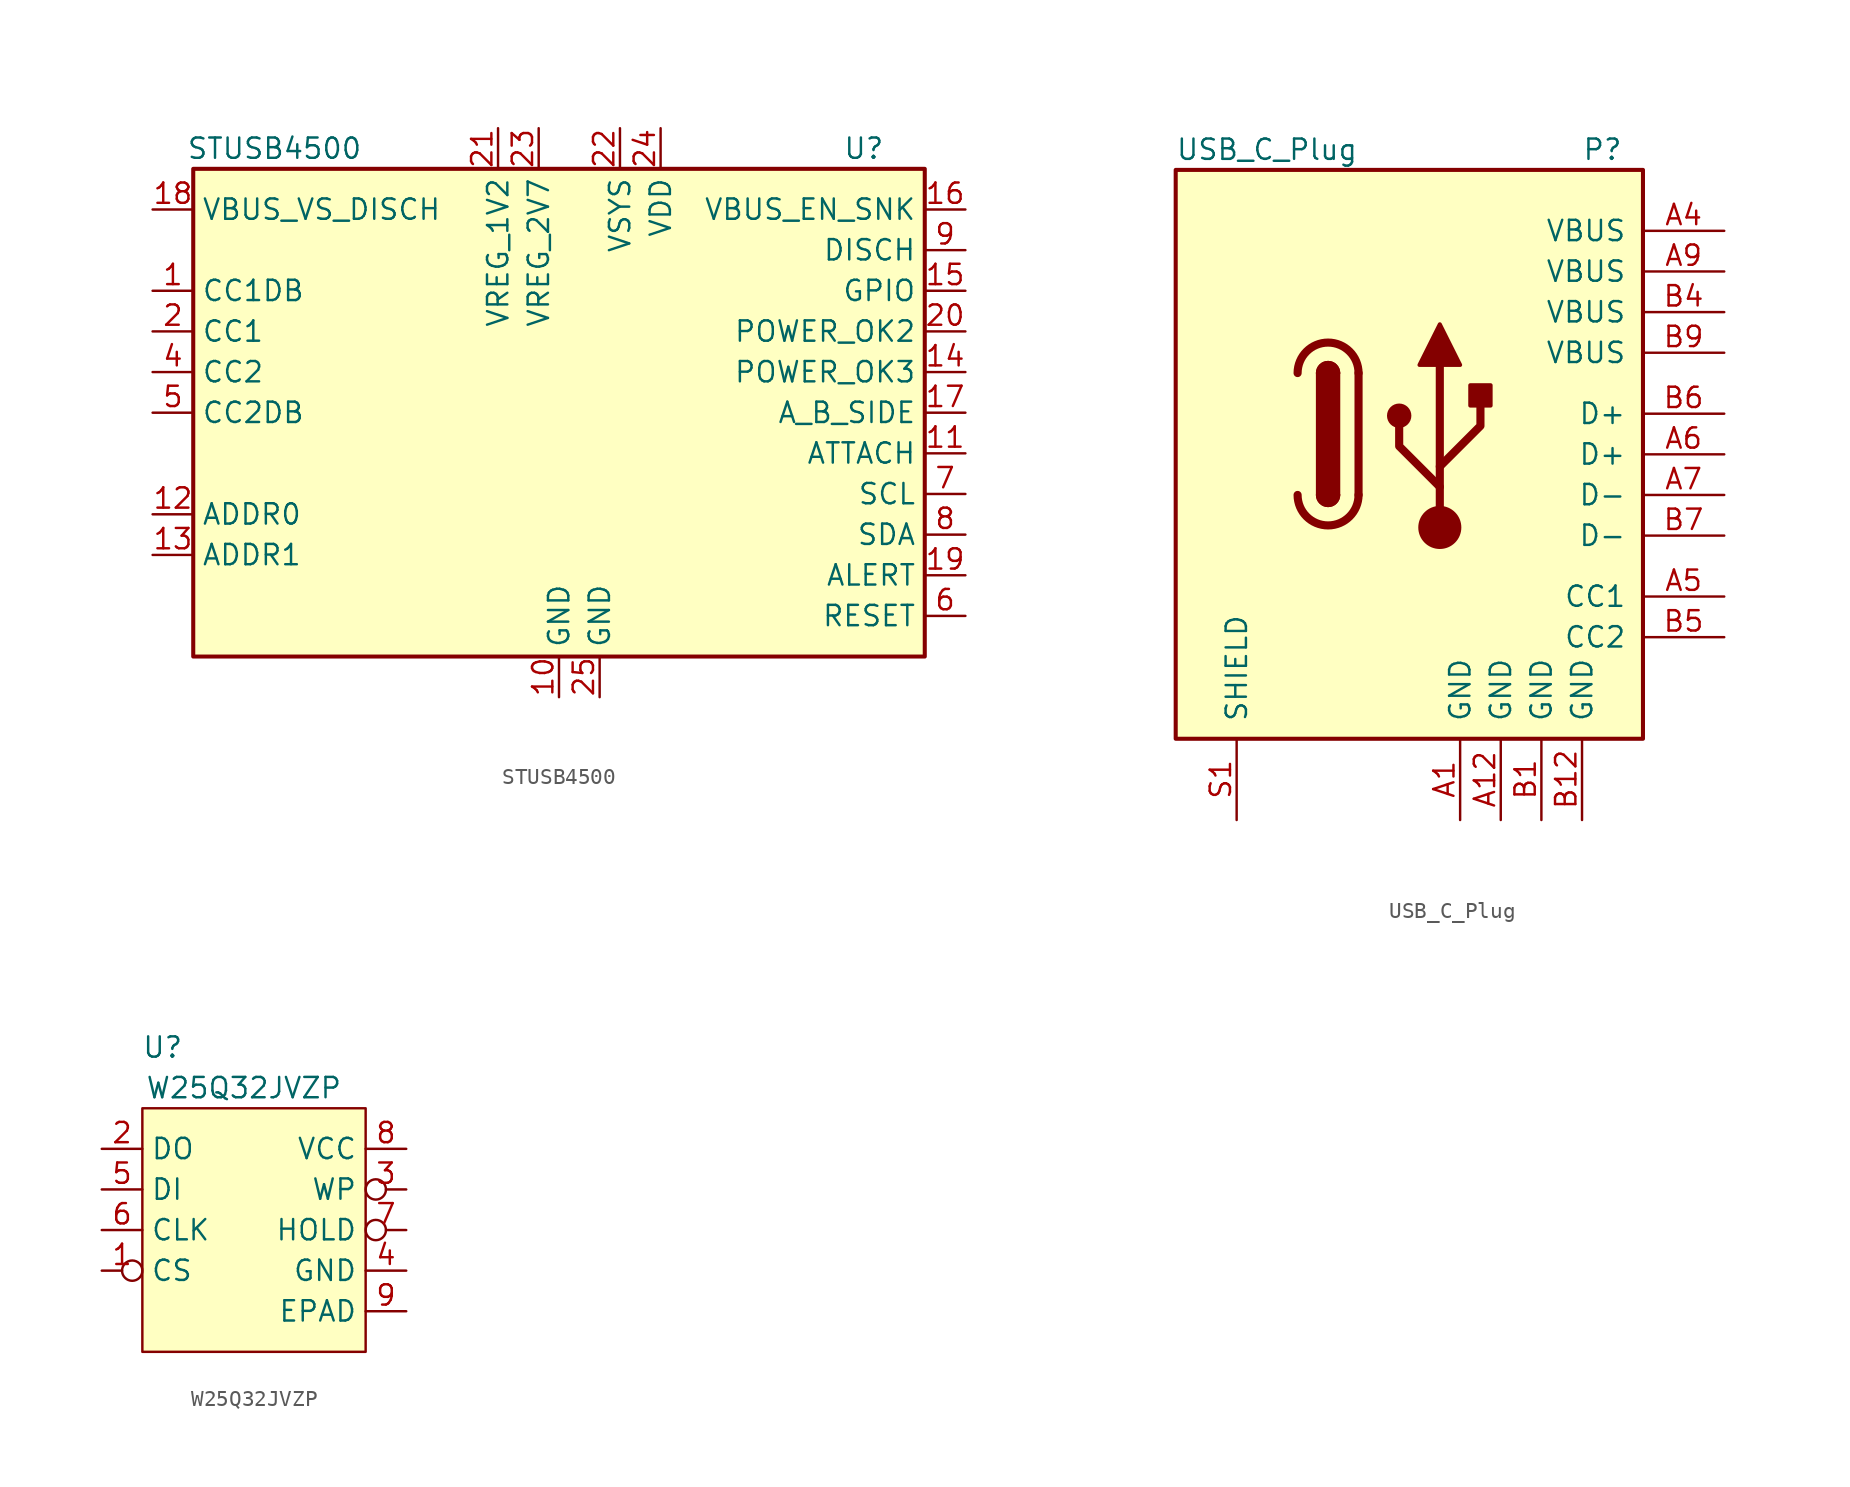
<source format=kicad_sym>
(kicad_symbol_lib
  (version 20211014)
  (generator kicad_symbol_editor)
  (symbol "STUSB4500"
    (property "Reference" "U"
      (at 44.45 3.81 0)
      (effects (font (size 1.27 1.27))))
    (property "Value" "STUSB4500"
      (at 7.62 3.81 0)
      (effects (font (size 1.27 1.27))))
    (symbol "STUSB4500_0_1"
      (rectangle (start 2.54 2.54) (end 48.26 -27.94) (stroke (width 0.254) (type default) (color 0 0 0 0)) (fill (type background))))
    (symbol "STUSB4500_1_1"
      (pin bidirectional line (at 0 -5.08 0) (length 2.54) (name "CC1DB" (effects (font (size 1.27 1.27)))) (number "1" (effects (font (size 1.27 1.27)))))
      (pin power_in line (at 25.4 -30.48 90) (length 2.54) (name "GND" (effects (font (size 1.27 1.27)))) (number "10" (effects (font (size 1.27 1.27)))))
      (pin open_collector line (at 50.8 -15.24 180) (length 2.54) (name "ATTACH" (effects (font (size 1.27 1.27)))) (number "11" (effects (font (size 1.27 1.27)))))
      (pin input line (at 0 -19.05 0) (length 2.54) (name "ADDR0" (effects (font (size 1.27 1.27)))) (number "12" (effects (font (size 1.27 1.27)))))
      (pin input line (at 0 -21.59 0) (length 2.54) (name "ADDR1" (effects (font (size 1.27 1.27)))) (number "13" (effects (font (size 1.27 1.27)))))
      (pin open_collector line (at 50.8 -10.16 180) (length 2.54) (name "POWER_OK3" (effects (font (size 1.27 1.27)))) (number "14" (effects (font (size 1.27 1.27)))))
      (pin open_collector line (at 50.8 -5.08 180) (length 2.54) (name "GPIO" (effects (font (size 1.27 1.27)))) (number "15" (effects (font (size 1.27 1.27)))))
      (pin open_collector line (at 50.8 0 180) (length 2.54) (name "VBUS_EN_SNK" (effects (font (size 1.27 1.27)))) (number "16" (effects (font (size 1.27 1.27)))))
      (pin open_collector line (at 50.8 -12.7 180) (length 2.54) (name "A_B_SIDE" (effects (font (size 1.27 1.27)))) (number "17" (effects (font (size 1.27 1.27)))))
      (pin input line (at 0 0 0) (length 2.54) (name "VBUS_VS_DISCH" (effects (font (size 1.27 1.27)))) (number "18" (effects (font (size 1.27 1.27)))))
      (pin open_collector line (at 50.8 -22.86 180) (length 2.54) (name "ALERT" (effects (font (size 1.27 1.27)))) (number "19" (effects (font (size 1.27 1.27)))))
      (pin bidirectional line (at 0 -7.62 0) (length 2.54) (name "CC1" (effects (font (size 1.27 1.27)))) (number "2" (effects (font (size 1.27 1.27)))))
      (pin open_collector line (at 50.8 -7.62 180) (length 2.54) (name "POWER_OK2" (effects (font (size 1.27 1.27)))) (number "20" (effects (font (size 1.27 1.27)))))
      (pin power_out line (at 21.59 5.08 270) (length 2.54) (name "VREG_1V2" (effects (font (size 1.27 1.27)))) (number "21" (effects (font (size 1.27 1.27)))))
      (pin power_in line (at 29.21 5.08 270) (length 2.54) (name "VSYS" (effects (font (size 1.27 1.27)))) (number "22" (effects (font (size 1.27 1.27)))))
      (pin power_out line (at 24.13 5.08 270) (length 2.54) (name "VREG_2V7" (effects (font (size 1.27 1.27)))) (number "23" (effects (font (size 1.27 1.27)))))
      (pin power_in line (at 31.75 5.08 270) (length 2.54) (name "VDD" (effects (font (size 1.27 1.27)))) (number "24" (effects (font (size 1.27 1.27)))))
      (pin power_in line (at 27.94 -30.48 90) (length 2.54) (name "GND" (effects (font (size 1.27 1.27)))) (number "25" (effects (font (size 1.27 1.27)))))
      (pin no_connect line (at 21.59 -27.94 90) (length 2.54) hide (name "NC" (effects (font (size 1.27 1.27)))) (number "3" (effects (font (size 1.27 1.27)))))
      (pin bidirectional line (at 0 -10.16 0) (length 2.54) (name "CC2" (effects (font (size 1.27 1.27)))) (number "4" (effects (font (size 1.27 1.27)))))
      (pin bidirectional line (at 0 -12.7 0) (length 2.54) (name "CC2DB" (effects (font (size 1.27 1.27)))) (number "5" (effects (font (size 1.27 1.27)))))
      (pin input line (at 50.8 -25.4 180) (length 2.54) (name "RESET" (effects (font (size 1.27 1.27)))) (number "6" (effects (font (size 1.27 1.27)))))
      (pin input line (at 50.8 -17.78 180) (length 2.54) (name "SCL" (effects (font (size 1.27 1.27)))) (number "7" (effects (font (size 1.27 1.27)))))
      (pin bidirectional line (at 50.8 -20.32 180) (length 2.54) (name "SDA" (effects (font (size 1.27 1.27)))) (number "8" (effects (font (size 1.27 1.27)))))
      (pin bidirectional line (at 50.8 -2.54 180) (length 2.54) (name "DISCH" (effects (font (size 1.27 1.27)))) (number "9" (effects (font (size 1.27 1.27)))))))
  (symbol "USB_C_Plug"
    (pin_names
      (offset 1.016))
    (property "Reference" "P"
      (at -8.89 5.08 0)
      (effects (font (size 1.27 1.27)) (justify left)))
    (property "Value" "USB_C_Plug"
      (at -22.86 5.08 0)
      (effects (font (size 1.27 1.27)) (justify right)))
    (symbol "USB_C_Plug_0_1"
      (rectangle (start -34.29 3.81) (end -5.08 -31.75) (stroke (width 0.254) (type default) (color 0 0 0 0)) (fill (type background)))
      (arc (start -26.67 -16.51) (mid -24.765 -18.415) (end -22.86 -16.51) (stroke (width 0.508) (type default) (color 0 0 0 0)) (fill (type none)))
      (arc (start -25.4 -16.51) (mid -24.765 -17.145) (end -24.13 -16.51) (stroke (width 0.254) (type default) (color 0 0 0 0)) (fill (type none)))
      (arc (start -25.4 -16.51) (mid -24.765 -17.145) (end -24.13 -16.51) (stroke (width 0.254) (type default) (color 0 0 0 0)) (fill (type outline)))
      (rectangle (start -25.4 -16.51) (end -24.13 -8.89) (stroke (width 0.254) (type default) (color 0 0 0 0)) (fill (type outline)))
      (arc (start -24.13 -8.89) (mid -24.765 -8.255) (end -25.4 -8.89) (stroke (width 0.254) (type default) (color 0 0 0 0)) (fill (type none)))
      (arc (start -24.13 -8.89) (mid -24.765 -8.255) (end -25.4 -8.89) (stroke (width 0.254) (type default) (color 0 0 0 0)) (fill (type outline)))
      (arc (start -22.86 -8.89) (mid -24.765 -6.985) (end -26.67 -8.89) (stroke (width 0.508) (type default) (color 0 0 0 0)) (fill (type none)))
      (polyline (pts (xy -22.86 -8.89) (xy -22.86 -16.51)) (stroke (width 0.508) (type default) (color 0 0 0 0)) (fill (type none))))
    (symbol "USB_C_Plug_1_1"
      (circle (center -20.32 -11.557) (radius 0.635) (stroke (width 0.254) (type default) (color 0 0 0 0)) (fill (type outline)))
      (circle (center -17.78 -18.542) (radius 1.27) (stroke (width 0) (type default) (color 0 0 0 0)) (fill (type outline)))
      (rectangle (start -15.875 -10.922) (end -14.605 -9.652) (stroke (width 0.254) (type default) (color 0 0 0 0)) (fill (type outline)))
      (polyline (pts (xy -17.78 -18.542) (xy -17.78 -8.382)) (stroke (width 0.508) (type default) (color 0 0 0 0)) (fill (type none)))
      (polyline (pts (xy -17.78 -16.002) (xy -20.32 -13.462) (xy -20.32 -12.192)) (stroke (width 0.508) (type default) (color 0 0 0 0)) (fill (type none)))
      (polyline (pts (xy -17.78 -14.732) (xy -15.24 -12.192) (xy -15.24 -10.922)) (stroke (width 0.508) (type default) (color 0 0 0 0)) (fill (type none)))
      (polyline (pts (xy -19.05 -8.382) (xy -17.78 -5.842) (xy -16.51 -8.382) (xy -19.05 -8.382)) (stroke (width 0.254) (type default) (color 0 0 0 0)) (fill (type outline)))
      (pin power_out line (at -16.51 -36.83 90) (length 5.08) (name "GND" (effects (font (size 1.27 1.27)))) (number "A1" (effects (font (size 1.27 1.27)))))
      (pin power_out line (at -13.97 -36.83 90) (length 5.08) (name "GND" (effects (font (size 1.27 1.27)))) (number "A12" (effects (font (size 1.27 1.27)))))
      (pin power_out line (at 0 0 180) (length 5.08) (name "VBUS" (effects (font (size 1.27 1.27)))) (number "A4" (effects (font (size 1.27 1.27)))))
      (pin bidirectional line (at 0 -22.86 180) (length 5.08) (name "CC1" (effects (font (size 1.27 1.27)))) (number "A5" (effects (font (size 1.27 1.27)))))
      (pin bidirectional line (at 0 -13.97 180) (length 5.08) (name "D+" (effects (font (size 1.27 1.27)))) (number "A6" (effects (font (size 1.27 1.27)))))
      (pin bidirectional line (at 0 -16.51 180) (length 5.08) (name "D-" (effects (font (size 1.27 1.27)))) (number "A7" (effects (font (size 1.27 1.27)))))
      (pin no_connect line (at -33.02 -1.27 0) (length 5.08) hide (name "SBU1" (effects (font (size 1.27 1.27)))) (number "A8" (effects (font (size 1.27 1.27)))))
      (pin power_out line (at 0 -2.54 180) (length 5.08) (name "VBUS" (effects (font (size 1.27 1.27)))) (number "A9" (effects (font (size 1.27 1.27)))))
      (pin power_out line (at -11.43 -36.83 90) (length 5.08) (name "GND" (effects (font (size 1.27 1.27)))) (number "B1" (effects (font (size 1.27 1.27)))))
      (pin power_out line (at -8.89 -36.83 90) (length 5.08) (name "GND" (effects (font (size 1.27 1.27)))) (number "B12" (effects (font (size 1.27 1.27)))))
      (pin power_out line (at 0 -5.08 180) (length 5.08) (name "VBUS" (effects (font (size 1.27 1.27)))) (number "B4" (effects (font (size 1.27 1.27)))))
      (pin bidirectional line (at 0 -25.4 180) (length 5.08) (name "CC2" (effects (font (size 1.27 1.27)))) (number "B5" (effects (font (size 1.27 1.27)))))
      (pin bidirectional line (at 0 -11.43 180) (length 5.08) (name "D+" (effects (font (size 1.27 1.27)))) (number "B6" (effects (font (size 1.27 1.27)))))
      (pin bidirectional line (at 0 -19.05 180) (length 5.08) (name "D-" (effects (font (size 1.27 1.27)))) (number "B7" (effects (font (size 1.27 1.27)))))
      (pin no_connect line (at -33.02 1.27 0) (length 5.08) hide (name "SBU2" (effects (font (size 1.27 1.27)))) (number "B8" (effects (font (size 1.27 1.27)))))
      (pin power_out line (at 0 -7.62 180) (length 5.08) (name "VBUS" (effects (font (size 1.27 1.27)))) (number "B9" (effects (font (size 1.27 1.27)))))
      (pin passive line (at -30.48 -36.83 90) (length 5.08) (name "SHIELD" (effects (font (size 1.27 1.27)))) (number "S1" (effects (font (size 1.27 1.27)))))))
  (symbol "W25Q32JVZP"
    (property "Reference" "U"
      (at 3.81 6.35 0)
      (effects (font (size 1.27 1.27))))
    (property "Value" "W25Q32JVZP"
      (at 8.89 3.81 0)
      (effects (font (size 1.27 1.27))))
    (symbol "W25Q32JVZP_0_0"
      (pin input inverted (at 0 -7.62 0) (length 2.54) (name "CS" (effects (font (size 1.27 1.27)))) (number "1" (effects (font (size 1.27 1.27)))))
      (pin output line (at 0 0 0) (length 2.54) (name "DO" (effects (font (size 1.27 1.27)))) (number "2" (effects (font (size 1.27 1.27)))))
      (pin input inverted (at 19.05 -2.54 180) (length 2.54) (name "WP" (effects (font (size 1.27 1.27)))) (number "3" (effects (font (size 1.27 1.27)))))
      (pin power_in line (at 19.05 -7.62 180) (length 2.54) (name "GND" (effects (font (size 1.27 1.27)))) (number "4" (effects (font (size 1.27 1.27)))))
      (pin input line (at 0 -2.54 0) (length 2.54) (name "DI" (effects (font (size 1.27 1.27)))) (number "5" (effects (font (size 1.27 1.27)))))
      (pin input line (at 0 -5.08 0) (length 2.54) (name "CLK" (effects (font (size 1.27 1.27)))) (number "6" (effects (font (size 1.27 1.27)))))
      (pin input inverted (at 19.05 -5.08 180) (length 2.54) (name "HOLD" (effects (font (size 1.27 1.27)))) (number "7" (effects (font (size 1.27 1.27)))))
      (pin power_in line (at 19.05 0 180) (length 2.54) (name "VCC" (effects (font (size 1.27 1.27)))) (number "8" (effects (font (size 1.27 1.27)))))
      (pin power_in line (at 19.05 -10.16 180) (length 2.54) (name "EPAD" (effects (font (size 1.27 1.27)))) (number "9" (effects (font (size 1.27 1.27))))))
    (symbol "W25Q32JVZP_0_1"
      (rectangle (start 16.51 2.54) (end 2.54 -12.7) (stroke (width 0) (type default) (color 0 0 0 0)) (fill (type background))))))
</source>
